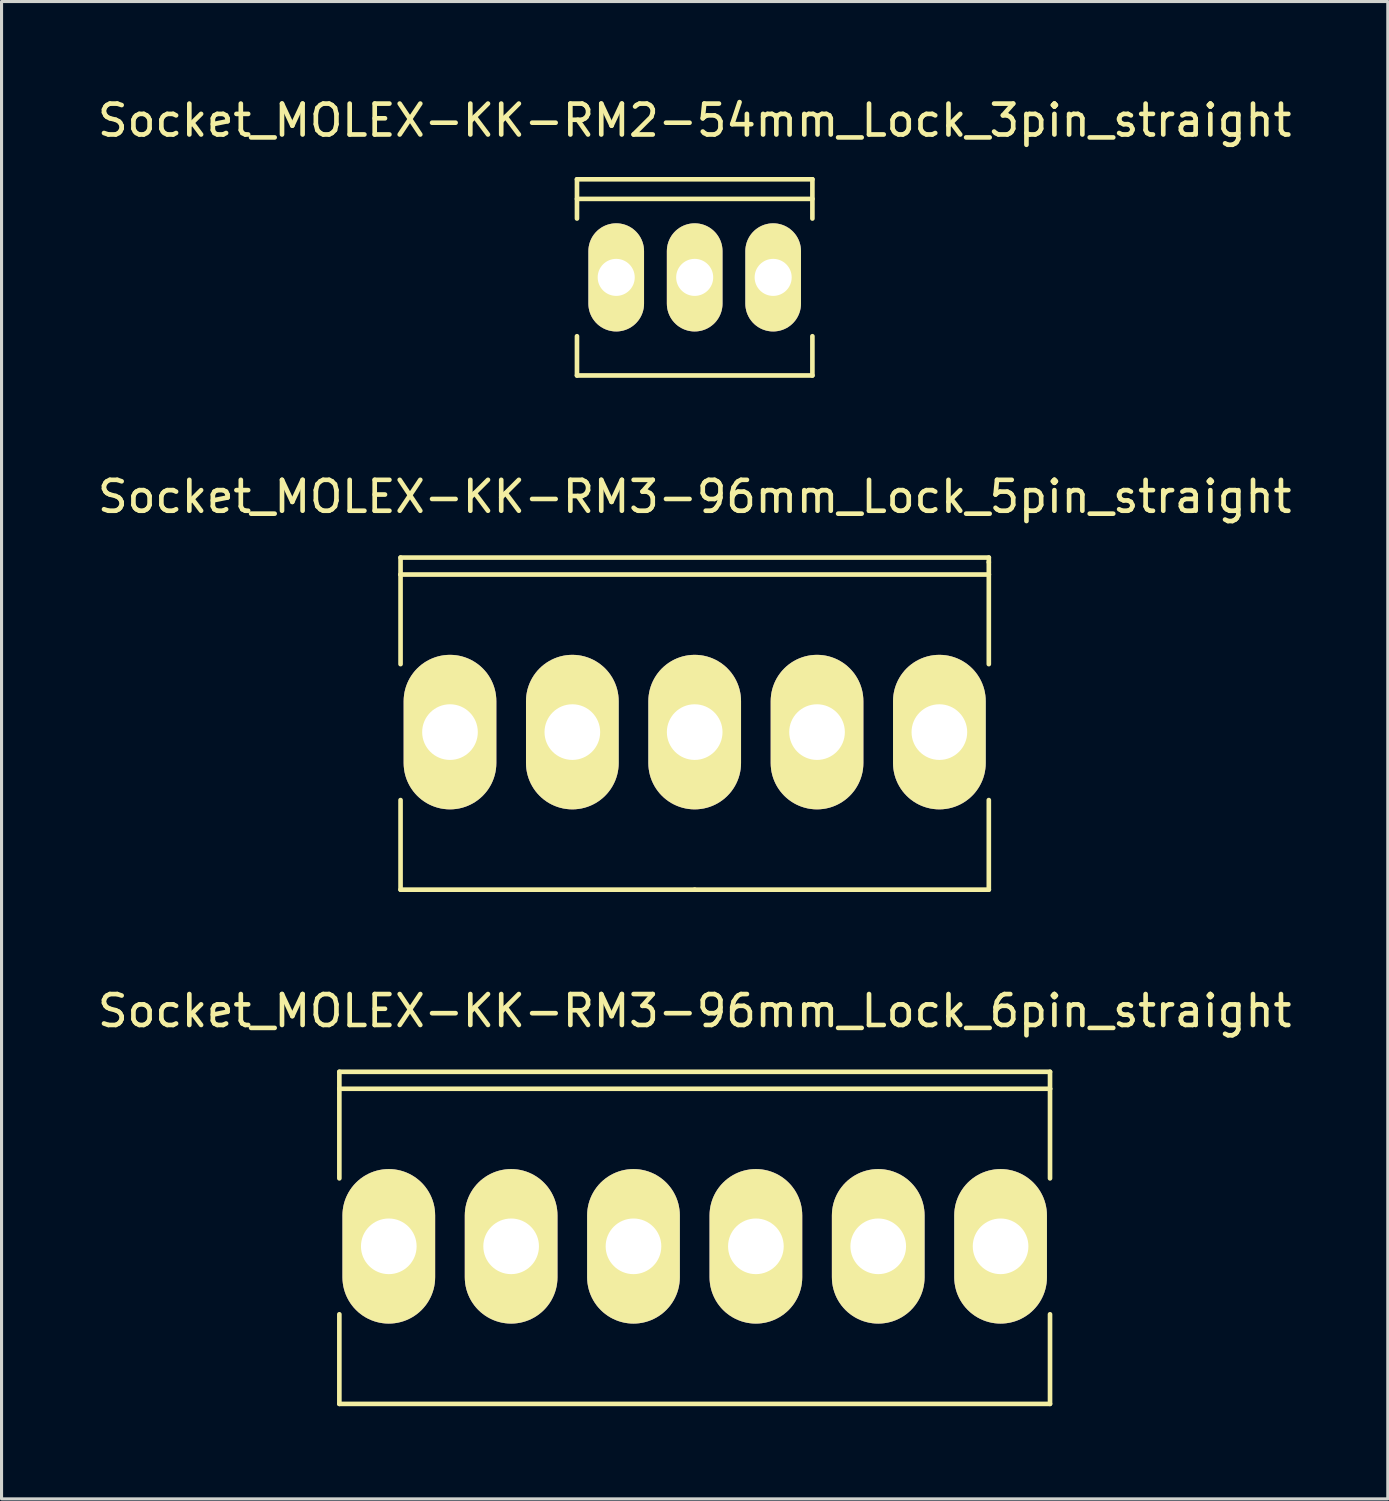
<source format=kicad_pcb>
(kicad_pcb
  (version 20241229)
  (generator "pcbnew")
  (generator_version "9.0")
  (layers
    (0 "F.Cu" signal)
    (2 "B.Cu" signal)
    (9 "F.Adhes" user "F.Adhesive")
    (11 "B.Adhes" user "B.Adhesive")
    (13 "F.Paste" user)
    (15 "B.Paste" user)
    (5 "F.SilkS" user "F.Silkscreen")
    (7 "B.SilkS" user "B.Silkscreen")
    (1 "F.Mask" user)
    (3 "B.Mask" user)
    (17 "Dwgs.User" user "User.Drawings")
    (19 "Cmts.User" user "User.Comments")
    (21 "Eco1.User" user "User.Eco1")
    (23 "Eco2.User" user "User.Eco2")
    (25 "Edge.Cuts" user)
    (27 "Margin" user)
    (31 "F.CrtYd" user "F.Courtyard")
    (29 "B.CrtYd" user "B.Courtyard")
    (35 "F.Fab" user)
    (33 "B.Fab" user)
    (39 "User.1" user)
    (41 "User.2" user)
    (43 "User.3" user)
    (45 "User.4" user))
  (footprint "Socket_MOLEX-KK-RM3-96mm_Lock_6pin_straight"
    (layer "F.Cu")
    (at 19.435 37.29)
    (property "Reference" "Socket_MOLEX-KK-RM3-96mm_Lock_6pin_straight" (at 0 -7.62 0) (layer "F.SilkS") (effects (font (size 1 1) (thickness 0.15))))
    (attr through_hole)
    (fp_line (start -11.501 -5.649) (end -11.501 -5.1) (stroke (width 0.15) (type solid)) (layer "F.SilkS"))
    (fp_line (start -11.501 -5.1) (end -11.501 -2.2) (stroke (width 0.15) (type solid)) (layer "F.SilkS"))
    (fp_line (start -11.501 2.2) (end -11.501 5.1) (stroke (width 0.15) (type solid)) (layer "F.SilkS"))
    (fp_line (start -11.501 5.1) (end 11.501 5.1) (stroke (width 0.15) (type solid)) (layer "F.SilkS"))
    (fp_line (start 11.501 -5.649) (end -11.501 -5.649) (stroke (width 0.15) (type solid)) (layer "F.SilkS"))
    (fp_line (start 11.501 -5.1) (end -11.501 -5.1) (stroke (width 0.15) (type solid)) (layer "F.SilkS"))
    (fp_line (start 11.501 -5.1) (end 11.501 -5.649) (stroke (width 0.15) (type solid)) (layer "F.SilkS"))
    (fp_line (start 11.501 -2.2) (end 11.501 -5.1) (stroke (width 0.15) (type solid)) (layer "F.SilkS"))
    (fp_line (start 11.501 5.1) (end 11.501 2.2) (stroke (width 0.15) (type solid)) (layer "F.SilkS"))
    (pad "1" thru_hole oval (at -9.901 0) (size 3 5.001) (drill 1.801) (layers "*.Cu" "*.Mask" "F.SilkS"))
    (pad "2" thru_hole oval (at -5.941 0) (size 3 5.001) (drill 1.801) (layers "*.Cu" "*.Mask" "F.SilkS"))
    (pad "3" thru_hole oval (at -1.981 0) (size 3 5.001) (drill 1.801) (layers "*.Cu" "*.Mask" "F.SilkS"))
    (pad "4" thru_hole oval (at 1.981 0) (size 3 5.001) (drill 1.801) (layers "*.Cu" "*.Mask" "F.SilkS"))
    (pad "5" thru_hole oval (at 5.941 0) (size 3 5.001) (drill 1.801) (layers "*.Cu" "*.Mask" "F.SilkS"))
    (pad "6" thru_hole oval (at 9.901 0) (size 3 5.001) (drill 1.801) (layers "*.Cu" "*.Mask" "F.SilkS")))
  (footprint "Socket_MOLEX-KK-RM3-96mm_Lock_5pin_straight"
    (layer "F.Cu")
    (at 19.435 20.646)
    (property "Reference" "Socket_MOLEX-KK-RM3-96mm_Lock_5pin_straight" (at 0 -7.62 0) (layer "F.SilkS") (effects (font (size 1 1) (thickness 0.15))))
    (attr through_hole)
    (fp_line (start -9.52 -5.649) (end -9.52 -5.1) (stroke (width 0.15) (type solid)) (layer "F.SilkS"))
    (fp_line (start -9.52 -5.1) (end -9.52 -2.2) (stroke (width 0.15) (type solid)) (layer "F.SilkS"))
    (fp_line (start -9.52 2.2) (end -9.52 5.1) (stroke (width 0.15) (type solid)) (layer "F.SilkS"))
    (fp_line (start -9.52 5.1) (end 0 5.1) (stroke (width 0.15) (type solid)) (layer "F.SilkS"))
    (fp_line (start 0 5.1) (end 9.52 5.1) (stroke (width 0.15) (type solid)) (layer "F.SilkS"))
    (fp_line (start 9.52 -5.649) (end -9.52 -5.649) (stroke (width 0.15) (type solid)) (layer "F.SilkS"))
    (fp_line (start 9.52 -5.499) (end 9.52 -5.649) (stroke (width 0.15) (type solid)) (layer "F.SilkS"))
    (fp_line (start 9.52 -5.1) (end -9.52 -5.1) (stroke (width 0.15) (type solid)) (layer "F.SilkS"))
    (fp_line (start 9.52 -5.1) (end 9.52 -5.499) (stroke (width 0.15) (type solid)) (layer "F.SilkS"))
    (fp_line (start 9.52 -2.2) (end 9.52 -5.1) (stroke (width 0.15) (type solid)) (layer "F.SilkS"))
    (fp_line (start 9.52 5.1) (end 9.52 2.2) (stroke (width 0.15) (type solid)) (layer "F.SilkS"))
    (pad "1" thru_hole oval (at -7.92 0) (size 3 5.001) (drill 1.801) (layers "*.Cu" "*.Mask" "F.SilkS"))
    (pad "2" thru_hole oval (at -3.96 0) (size 3 5.001) (drill 1.801) (layers "*.Cu" "*.Mask" "F.SilkS"))
    (pad "3" thru_hole oval (at 0 0) (size 3 5.001) (drill 1.801) (layers "*.Cu" "*.Mask" "F.SilkS"))
    (pad "4" thru_hole oval (at 3.96 0) (size 3 5.001) (drill 1.801) (layers "*.Cu" "*.Mask" "F.SilkS"))
    (pad "5" thru_hole oval (at 7.92 0) (size 3 5.001) (drill 1.801) (layers "*.Cu" "*.Mask" "F.SilkS")))
  (footprint "Socket_MOLEX-KK-RM2-54mm_Lock_3pin_straight"
    (layer "F.Cu")
    (at 19.435 5.928)
    (property "Reference" "Socket_MOLEX-KK-RM2-54mm_Lock_3pin_straight" (at 0 -5.08 0) (layer "F.SilkS") (effects (font (size 1 1) (thickness 0.15))))
    (attr through_hole)
    (fp_line (start -3.81 -3.175) (end 3.81 -3.175) (stroke (width 0.15) (type solid)) (layer "F.SilkS"))
    (fp_line (start -3.81 -1.905) (end -3.81 -3.175) (stroke (width 0.15) (type solid)) (layer "F.SilkS"))
    (fp_line (start -3.81 3.175) (end -3.81 1.905) (stroke (width 0.15) (type solid)) (layer "F.SilkS"))
    (fp_line (start 3.81 -3.175) (end 3.81 -1.905) (stroke (width 0.15) (type solid)) (layer "F.SilkS"))
    (fp_line (start 3.81 -2.54) (end -3.81 -2.54) (stroke (width 0.15) (type solid)) (layer "F.SilkS"))
    (fp_line (start 3.81 1.905) (end 3.81 3.175) (stroke (width 0.15) (type solid)) (layer "F.SilkS"))
    (fp_line (start 3.81 3.175) (end -3.81 3.175) (stroke (width 0.15) (type solid)) (layer "F.SilkS"))
    (pad "1" thru_hole oval (at -2.54 0) (size 1.801 3.5) (drill 1.199) (layers "*.Cu" "*.Mask" "F.SilkS"))
    (pad "2" thru_hole oval (at 0 0) (size 1.801 3.5) (drill 1.199) (layers "*.Cu" "*.Mask" "F.SilkS"))
    (pad "3" thru_hole oval (at 2.54 0) (size 1.801 3.5) (drill 1.199) (layers "*.Cu" "*.Mask" "F.SilkS")))
  (gr_rect
    (start -3 -3)
    (end 41.869 45.465)
    (stroke (width 0.1) (type default))
    (fill no)
    (layer "Edge.Cuts")))
</source>
